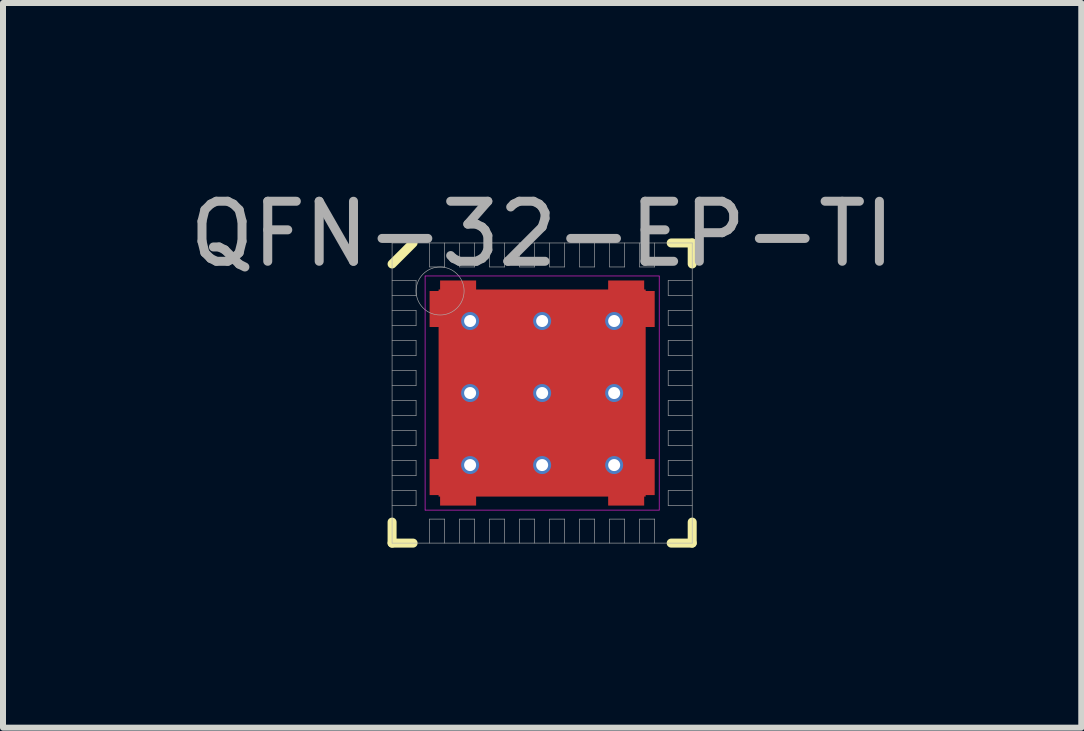
<source format=kicad_pcb>
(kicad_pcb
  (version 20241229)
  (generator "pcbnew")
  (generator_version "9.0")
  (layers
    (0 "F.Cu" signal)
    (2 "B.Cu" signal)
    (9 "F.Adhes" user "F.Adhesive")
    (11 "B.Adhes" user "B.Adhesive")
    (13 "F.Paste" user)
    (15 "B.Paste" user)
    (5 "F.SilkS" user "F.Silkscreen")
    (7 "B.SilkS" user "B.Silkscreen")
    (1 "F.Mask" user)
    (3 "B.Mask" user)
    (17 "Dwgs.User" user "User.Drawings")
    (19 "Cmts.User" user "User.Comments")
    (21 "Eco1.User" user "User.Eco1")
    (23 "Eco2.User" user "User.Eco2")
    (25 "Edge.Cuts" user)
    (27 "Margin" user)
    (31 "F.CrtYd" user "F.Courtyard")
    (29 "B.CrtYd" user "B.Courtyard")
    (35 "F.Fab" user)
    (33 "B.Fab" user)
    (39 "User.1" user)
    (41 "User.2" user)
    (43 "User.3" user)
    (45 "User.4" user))
  (footprint "QFN-32-EP-TI"
    (layer "F.Cu")
    (at 5.982 3.498)
    (property "Reference" "QFN-32-EP-TI" (at 0 -2.65 0) (layer "F.Fab") (effects (font (size 1 1) (thickness 0.15))))
    (attr through_hole)
    (fp_line (start -2.5 -2.15) (end -2.15 -2.5) (stroke (width 0.15) (type solid)) (layer "F.SilkS"))
    (fp_line (start -2.5 2.5) (end -2.5 2.15) (stroke (width 0.15) (type solid)) (layer "F.SilkS"))
    (fp_line (start -2.15 2.5) (end -2.5 2.5) (stroke (width 0.15) (type solid)) (layer "F.SilkS"))
    (fp_line (start 2.15 -2.5) (end 2.5 -2.5) (stroke (width 0.15) (type solid)) (layer "F.SilkS"))
    (fp_line (start 2.15 2.5) (end 2.5 2.5) (stroke (width 0.15) (type solid)) (layer "F.SilkS"))
    (fp_line (start 2.5 -2.5) (end 2.5 -2.15) (stroke (width 0.15) (type solid)) (layer "F.SilkS"))
    (fp_line (start 2.5 2.5) (end 2.5 2.15) (stroke (width 0.15) (type solid)) (layer "F.SilkS"))
    (fp_line (start -1.95 -1.95) (end 1.95 -1.95) (stroke (width 0.01) (type solid)) (layer "F.CrtYd"))
    (fp_line (start -1.95 1.95) (end -1.95 -1.95) (stroke (width 0.01) (type solid)) (layer "F.CrtYd"))
    (fp_line (start 1.95 -1.95) (end 1.95 1.95) (stroke (width 0.01) (type solid)) (layer "F.CrtYd"))
    (fp_line (start 1.95 1.95) (end -1.95 1.95) (stroke (width 0.01) (type solid)) (layer "F.CrtYd"))
    (fp_line (start -2.5 -2.5) (end 2.5 -2.5) (stroke (width 0.01) (type solid)) (layer "F.Fab"))
    (fp_line (start -2.5 -1.625) (end -2.1 -1.625) (stroke (width 0.01) (type solid)) (layer "F.Fab"))
    (fp_line (start -2.5 -1.125) (end -2.1 -1.125) (stroke (width 0.01) (type solid)) (layer "F.Fab"))
    (fp_line (start -2.5 -0.625) (end -2.1 -0.625) (stroke (width 0.01) (type solid)) (layer "F.Fab"))
    (fp_line (start -2.5 -0.125) (end -2.1 -0.125) (stroke (width 0.01) (type solid)) (layer "F.Fab"))
    (fp_line (start -2.5 0.375) (end -2.1 0.375) (stroke (width 0.01) (type solid)) (layer "F.Fab"))
    (fp_line (start -2.5 0.875) (end -2.1 0.875) (stroke (width 0.01) (type solid)) (layer "F.Fab"))
    (fp_line (start -2.5 1.375) (end -2.1 1.375) (stroke (width 0.01) (type solid)) (layer "F.Fab"))
    (fp_line (start -2.5 1.875) (end -2.1 1.875) (stroke (width 0.01) (type solid)) (layer "F.Fab"))
    (fp_line (start -2.5 2.5) (end -2.5 -2.5) (stroke (width 0.01) (type solid)) (layer "F.Fab"))
    (fp_line (start -2.1 -1.875) (end -2.5 -1.875) (stroke (width 0.01) (type solid)) (layer "F.Fab"))
    (fp_line (start -2.1 -1.625) (end -2.1 -1.875) (stroke (width 0.01) (type solid)) (layer "F.Fab"))
    (fp_line (start -2.1 -1.375) (end -2.5 -1.375) (stroke (width 0.01) (type solid)) (layer "F.Fab"))
    (fp_line (start -2.1 -1.125) (end -2.1 -1.375) (stroke (width 0.01) (type solid)) (layer "F.Fab"))
    (fp_line (start -2.1 -0.875) (end -2.5 -0.875) (stroke (width 0.01) (type solid)) (layer "F.Fab"))
    (fp_line (start -2.1 -0.625) (end -2.1 -0.875) (stroke (width 0.01) (type solid)) (layer "F.Fab"))
    (fp_line (start -2.1 -0.375) (end -2.5 -0.375) (stroke (width 0.01) (type solid)) (layer "F.Fab"))
    (fp_line (start -2.1 -0.125) (end -2.1 -0.375) (stroke (width 0.01) (type solid)) (layer "F.Fab"))
    (fp_line (start -2.1 0.125) (end -2.5 0.125) (stroke (width 0.01) (type solid)) (layer "F.Fab"))
    (fp_line (start -2.1 0.375) (end -2.1 0.125) (stroke (width 0.01) (type solid)) (layer "F.Fab"))
    (fp_line (start -2.1 0.625) (end -2.5 0.625) (stroke (width 0.01) (type solid)) (layer "F.Fab"))
    (fp_line (start -2.1 0.875) (end -2.1 0.625) (stroke (width 0.01) (type solid)) (layer "F.Fab"))
    (fp_line (start -2.1 1.125) (end -2.5 1.125) (stroke (width 0.01) (type solid)) (layer "F.Fab"))
    (fp_line (start -2.1 1.375) (end -2.1 1.125) (stroke (width 0.01) (type solid)) (layer "F.Fab"))
    (fp_line (start -2.1 1.625) (end -2.5 1.625) (stroke (width 0.01) (type solid)) (layer "F.Fab"))
    (fp_line (start -2.1 1.875) (end -2.1 1.625) (stroke (width 0.01) (type solid)) (layer "F.Fab"))
    (fp_line (start -1.875 -2.5) (end -1.875 -2.1) (stroke (width 0.01) (type solid)) (layer "F.Fab"))
    (fp_line (start -1.875 -2.1) (end -1.625 -2.1) (stroke (width 0.01) (type solid)) (layer "F.Fab"))
    (fp_line (start -1.875 2.1) (end -1.875 2.5) (stroke (width 0.01) (type solid)) (layer "F.Fab"))
    (fp_line (start -1.625 -2.1) (end -1.625 -2.5) (stroke (width 0.01) (type solid)) (layer "F.Fab"))
    (fp_line (start -1.625 2.1) (end -1.875 2.1) (stroke (width 0.01) (type solid)) (layer "F.Fab"))
    (fp_line (start -1.625 2.5) (end -1.625 2.1) (stroke (width 0.01) (type solid)) (layer "F.Fab"))
    (fp_line (start -1.375 -2.5) (end -1.375 -2.1) (stroke (width 0.01) (type solid)) (layer "F.Fab"))
    (fp_line (start -1.375 -2.1) (end -1.125 -2.1) (stroke (width 0.01) (type solid)) (layer "F.Fab"))
    (fp_line (start -1.375 2.1) (end -1.375 2.5) (stroke (width 0.01) (type solid)) (layer "F.Fab"))
    (fp_line (start -1.125 -2.1) (end -1.125 -2.5) (stroke (width 0.01) (type solid)) (layer "F.Fab"))
    (fp_line (start -1.125 2.1) (end -1.375 2.1) (stroke (width 0.01) (type solid)) (layer "F.Fab"))
    (fp_line (start -1.125 2.5) (end -1.125 2.1) (stroke (width 0.01) (type solid)) (layer "F.Fab"))
    (fp_line (start -0.875 -2.5) (end -0.875 -2.1) (stroke (width 0.01) (type solid)) (layer "F.Fab"))
    (fp_line (start -0.875 -2.1) (end -0.625 -2.1) (stroke (width 0.01) (type solid)) (layer "F.Fab"))
    (fp_line (start -0.875 2.1) (end -0.875 2.5) (stroke (width 0.01) (type solid)) (layer "F.Fab"))
    (fp_line (start -0.625 -2.1) (end -0.625 -2.5) (stroke (width 0.01) (type solid)) (layer "F.Fab"))
    (fp_line (start -0.625 2.1) (end -0.875 2.1) (stroke (width 0.01) (type solid)) (layer "F.Fab"))
    (fp_line (start -0.625 2.5) (end -0.625 2.1) (stroke (width 0.01) (type solid)) (layer "F.Fab"))
    (fp_line (start -0.375 -2.5) (end -0.375 -2.1) (stroke (width 0.01) (type solid)) (layer "F.Fab"))
    (fp_line (start -0.375 -2.1) (end -0.125 -2.1) (stroke (width 0.01) (type solid)) (layer "F.Fab"))
    (fp_line (start -0.375 2.1) (end -0.375 2.5) (stroke (width 0.01) (type solid)) (layer "F.Fab"))
    (fp_line (start -0.125 -2.1) (end -0.125 -2.5) (stroke (width 0.01) (type solid)) (layer "F.Fab"))
    (fp_line (start -0.125 2.1) (end -0.375 2.1) (stroke (width 0.01) (type solid)) (layer "F.Fab"))
    (fp_line (start -0.125 2.5) (end -0.125 2.1) (stroke (width 0.01) (type solid)) (layer "F.Fab"))
    (fp_line (start 0.125 -2.5) (end 0.125 -2.1) (stroke (width 0.01) (type solid)) (layer "F.Fab"))
    (fp_line (start 0.125 -2.1) (end 0.375 -2.1) (stroke (width 0.01) (type solid)) (layer "F.Fab"))
    (fp_line (start 0.125 2.1) (end 0.125 2.5) (stroke (width 0.01) (type solid)) (layer "F.Fab"))
    (fp_line (start 0.375 -2.1) (end 0.375 -2.5) (stroke (width 0.01) (type solid)) (layer "F.Fab"))
    (fp_line (start 0.375 2.1) (end 0.125 2.1) (stroke (width 0.01) (type solid)) (layer "F.Fab"))
    (fp_line (start 0.375 2.5) (end 0.375 2.1) (stroke (width 0.01) (type solid)) (layer "F.Fab"))
    (fp_line (start 0.625 -2.5) (end 0.625 -2.1) (stroke (width 0.01) (type solid)) (layer "F.Fab"))
    (fp_line (start 0.625 -2.1) (end 0.875 -2.1) (stroke (width 0.01) (type solid)) (layer "F.Fab"))
    (fp_line (start 0.625 2.1) (end 0.625 2.5) (stroke (width 0.01) (type solid)) (layer "F.Fab"))
    (fp_line (start 0.875 -2.1) (end 0.875 -2.5) (stroke (width 0.01) (type solid)) (layer "F.Fab"))
    (fp_line (start 0.875 2.1) (end 0.625 2.1) (stroke (width 0.01) (type solid)) (layer "F.Fab"))
    (fp_line (start 0.875 2.5) (end 0.875 2.1) (stroke (width 0.01) (type solid)) (layer "F.Fab"))
    (fp_line (start 1.125 -2.5) (end 1.125 -2.1) (stroke (width 0.01) (type solid)) (layer "F.Fab"))
    (fp_line (start 1.125 -2.1) (end 1.375 -2.1) (stroke (width 0.01) (type solid)) (layer "F.Fab"))
    (fp_line (start 1.125 2.1) (end 1.125 2.5) (stroke (width 0.01) (type solid)) (layer "F.Fab"))
    (fp_line (start 1.375 -2.1) (end 1.375 -2.5) (stroke (width 0.01) (type solid)) (layer "F.Fab"))
    (fp_line (start 1.375 2.1) (end 1.125 2.1) (stroke (width 0.01) (type solid)) (layer "F.Fab"))
    (fp_line (start 1.375 2.5) (end 1.375 2.1) (stroke (width 0.01) (type solid)) (layer "F.Fab"))
    (fp_line (start 1.625 -2.5) (end 1.625 -2.1) (stroke (width 0.01) (type solid)) (layer "F.Fab"))
    (fp_line (start 1.625 -2.1) (end 1.875 -2.1) (stroke (width 0.01) (type solid)) (layer "F.Fab"))
    (fp_line (start 1.625 2.1) (end 1.625 2.5) (stroke (width 0.01) (type solid)) (layer "F.Fab"))
    (fp_line (start 1.875 -2.1) (end 1.875 -2.5) (stroke (width 0.01) (type solid)) (layer "F.Fab"))
    (fp_line (start 1.875 2.1) (end 1.625 2.1) (stroke (width 0.01) (type solid)) (layer "F.Fab"))
    (fp_line (start 1.875 2.5) (end 1.875 2.1) (stroke (width 0.01) (type solid)) (layer "F.Fab"))
    (fp_line (start 2.1 -1.875) (end 2.1 -1.625) (stroke (width 0.01) (type solid)) (layer "F.Fab"))
    (fp_line (start 2.1 -1.625) (end 2.5 -1.625) (stroke (width 0.01) (type solid)) (layer "F.Fab"))
    (fp_line (start 2.1 -1.375) (end 2.1 -1.125) (stroke (width 0.01) (type solid)) (layer "F.Fab"))
    (fp_line (start 2.1 -1.125) (end 2.5 -1.125) (stroke (width 0.01) (type solid)) (layer "F.Fab"))
    (fp_line (start 2.1 -0.875) (end 2.1 -0.625) (stroke (width 0.01) (type solid)) (layer "F.Fab"))
    (fp_line (start 2.1 -0.625) (end 2.5 -0.625) (stroke (width 0.01) (type solid)) (layer "F.Fab"))
    (fp_line (start 2.1 -0.375) (end 2.1 -0.125) (stroke (width 0.01) (type solid)) (layer "F.Fab"))
    (fp_line (start 2.1 -0.125) (end 2.5 -0.125) (stroke (width 0.01) (type solid)) (layer "F.Fab"))
    (fp_line (start 2.1 0.125) (end 2.1 0.375) (stroke (width 0.01) (type solid)) (layer "F.Fab"))
    (fp_line (start 2.1 0.375) (end 2.5 0.375) (stroke (width 0.01) (type solid)) (layer "F.Fab"))
    (fp_line (start 2.1 0.625) (end 2.1 0.875) (stroke (width 0.01) (type solid)) (layer "F.Fab"))
    (fp_line (start 2.1 0.875) (end 2.5 0.875) (stroke (width 0.01) (type solid)) (layer "F.Fab"))
    (fp_line (start 2.1 1.125) (end 2.1 1.375) (stroke (width 0.01) (type solid)) (layer "F.Fab"))
    (fp_line (start 2.1 1.375) (end 2.5 1.375) (stroke (width 0.01) (type solid)) (layer "F.Fab"))
    (fp_line (start 2.1 1.625) (end 2.1 1.875) (stroke (width 0.01) (type solid)) (layer "F.Fab"))
    (fp_line (start 2.1 1.875) (end 2.5 1.875) (stroke (width 0.01) (type solid)) (layer "F.Fab"))
    (fp_line (start 2.5 -2.5) (end 2.5 2.5) (stroke (width 0.01) (type solid)) (layer "F.Fab"))
    (fp_line (start 2.5 -1.875) (end 2.1 -1.875) (stroke (width 0.01) (type solid)) (layer "F.Fab"))
    (fp_line (start 2.5 -1.375) (end 2.1 -1.375) (stroke (width 0.01) (type solid)) (layer "F.Fab"))
    (fp_line (start 2.5 -0.875) (end 2.1 -0.875) (stroke (width 0.01) (type solid)) (layer "F.Fab"))
    (fp_line (start 2.5 -0.375) (end 2.1 -0.375) (stroke (width 0.01) (type solid)) (layer "F.Fab"))
    (fp_line (start 2.5 0.125) (end 2.1 0.125) (stroke (width 0.01) (type solid)) (layer "F.Fab"))
    (fp_line (start 2.5 0.625) (end 2.1 0.625) (stroke (width 0.01) (type solid)) (layer "F.Fab"))
    (fp_line (start 2.5 1.125) (end 2.1 1.125) (stroke (width 0.01) (type solid)) (layer "F.Fab"))
    (fp_line (start 2.5 1.625) (end 2.1 1.625) (stroke (width 0.01) (type solid)) (layer "F.Fab"))
    (fp_line (start 2.5 2.5) (end -2.5 2.5) (stroke (width 0.01) (type solid)) (layer "F.Fab"))
    (fp_circle (center -1.7 -1.7) (end -1.7 -1.3) (stroke (width 0.01) (type solid)) (fill no) (layer "F.Fab"))
    (pad "" smd rect (at -0.85 -0.85) (size 1.5 1.5) (layers "F.Paste"))
    (pad "" smd rect (at -0.85 0.85) (size 1.5 1.5) (layers "F.Paste"))
    (pad "" smd rect (at 0.85 -0.85) (size 1.5 1.5) (layers "F.Paste"))
    (pad "" smd rect (at 0.85 0.85) (size 1.5 1.5) (layers "F.Paste"))
    (pad "1" smd rect (at -1.4 -1.75) (size 0.6 0.25) (layers "F.Cu" "F.Mask" "F.Paste"))
    (pad "2" smd rect (at -1.4 -1.25) (size 0.6 0.25) (layers "F.Cu" "F.Mask" "F.Paste"))
    (pad "3" smd rect (at -1.4 -0.75) (size 0.6 0.25) (layers "F.Cu" "F.Mask" "F.Paste"))
    (pad "4" smd rect (at -1.4 -0.25) (size 0.6 0.25) (layers "F.Cu" "F.Mask" "F.Paste"))
    (pad "5" smd rect (at -1.4 0.25) (size 0.6 0.25) (layers "F.Cu" "F.Mask" "F.Paste"))
    (pad "6" smd rect (at -1.4 0.75) (size 0.6 0.25) (layers "F.Cu" "F.Mask" "F.Paste"))
    (pad "7" smd rect (at -1.4 1.25) (size 0.6 0.25) (layers "F.Cu" "F.Mask" "F.Paste"))
    (pad "8" smd rect (at -1.4 1.75) (size 0.6 0.25) (layers "F.Cu" "F.Mask" "F.Paste"))
    (pad "9" smd rect (at -1.75 1.4) (size 0.25 0.6) (layers "F.Cu" "F.Mask" "F.Paste"))
    (pad "10" smd rect (at -1.25 1.4) (size 0.25 0.6) (layers "F.Cu" "F.Mask" "F.Paste"))
    (pad "11" smd rect (at -0.75 1.4) (size 0.25 0.6) (layers "F.Cu" "F.Mask" "F.Paste"))
    (pad "12" smd rect (at -0.25 1.4) (size 0.25 0.6) (layers "F.Cu" "F.Mask" "F.Paste"))
    (pad "13" smd rect (at 0.25 1.4) (size 0.25 0.6) (layers "F.Cu" "F.Mask" "F.Paste"))
    (pad "14" smd rect (at 0.75 1.4) (size 0.25 0.6) (layers "F.Cu" "F.Mask" "F.Paste"))
    (pad "15" smd rect (at 1.25 1.4) (size 0.25 0.6) (layers "F.Cu" "F.Mask" "F.Paste"))
    (pad "16" smd rect (at 1.75 1.4) (size 0.25 0.6) (layers "F.Cu" "F.Mask" "F.Paste"))
    (pad "17" smd rect (at 1.4 1.75) (size 0.6 0.25) (layers "F.Cu" "F.Mask" "F.Paste"))
    (pad "18" smd rect (at 1.4 1.25) (size 0.6 0.25) (layers "F.Cu" "F.Mask" "F.Paste"))
    (pad "19" smd rect (at 1.4 0.75) (size 0.6 0.25) (layers "F.Cu" "F.Mask" "F.Paste"))
    (pad "20" smd rect (at 1.4 0.25) (size 0.6 0.25) (layers "F.Cu" "F.Mask" "F.Paste"))
    (pad "21" smd rect (at 1.4 -0.25) (size 0.6 0.25) (layers "F.Cu" "F.Mask" "F.Paste"))
    (pad "22" smd rect (at 1.4 -0.75) (size 0.6 0.25) (layers "F.Cu" "F.Mask" "F.Paste"))
    (pad "23" smd rect (at 1.4 -1.25) (size 0.6 0.25) (layers "F.Cu" "F.Mask" "F.Paste"))
    (pad "24" smd rect (at 1.4 -1.75) (size 0.6 0.25) (layers "F.Cu" "F.Mask" "F.Paste"))
    (pad "25" smd rect (at 1.75 -1.4) (size 0.25 0.6) (layers "F.Cu" "F.Mask" "F.Paste"))
    (pad "26" smd rect (at 1.25 -1.4) (size 0.25 0.6) (layers "F.Cu" "F.Mask" "F.Paste"))
    (pad "27" smd rect (at 0.75 -1.4) (size 0.25 0.6) (layers "F.Cu" "F.Mask" "F.Paste"))
    (pad "28" smd rect (at 0.25 -1.4) (size 0.25 0.6) (layers "F.Cu" "F.Mask" "F.Paste"))
    (pad "29" smd rect (at -0.25 -1.4) (size 0.25 0.6) (layers "F.Cu" "F.Mask" "F.Paste"))
    (pad "30" smd rect (at -0.75 -1.4) (size 0.25 0.6) (layers "F.Cu" "F.Mask" "F.Paste"))
    (pad "31" smd rect (at -1.25 -1.4) (size 0.25 0.6) (layers "F.Cu" "F.Mask" "F.Paste"))
    (pad "32" smd rect (at -1.75 -1.4) (size 0.25 0.6) (layers "F.Cu" "F.Mask" "F.Paste"))
    (pad "EP" thru_hole circle (at -1.2 -1.2) (size 0.3 0.3) (drill 0.2) (layers "*.Cu"))
    (pad "EP" thru_hole circle (at -1.2 0) (size 0.3 0.3) (drill 0.2) (layers "*.Cu"))
    (pad "EP" thru_hole circle (at -1.2 1.2) (size 0.3 0.3) (drill 0.2) (layers "*.Cu"))
    (pad "EP" thru_hole circle (at 0 -1.2) (size 0.3 0.3) (drill 0.2) (layers "*.Cu"))
    (pad "EP" thru_hole circle (at 0 0) (size 0.3 0.3) (drill 0.2) (layers "*.Cu"))
    (pad "EP" smd rect (at 0 0) (size 3.45 3.45) (layers "F.Cu" "F.Mask"))
    (pad "EP" thru_hole circle (at 0 1.2) (size 0.3 0.3) (drill 0.2) (layers "*.Cu"))
    (pad "EP" thru_hole circle (at 1.2 -1.2) (size 0.3 0.3) (drill 0.2) (layers "*.Cu"))
    (pad "EP" thru_hole circle (at 1.2 0) (size 0.3 0.3) (drill 0.2) (layers "*.Cu"))
    (pad "EP" thru_hole circle (at 1.2 1.2) (size 0.3 0.3) (drill 0.2) (layers "*.Cu")))
  (gr_rect
    (start -3 -3)
    (end 14.964 9.073)
    (stroke (width 0.1) (type default))
    (fill no)
    (layer "Edge.Cuts")))
</source>
